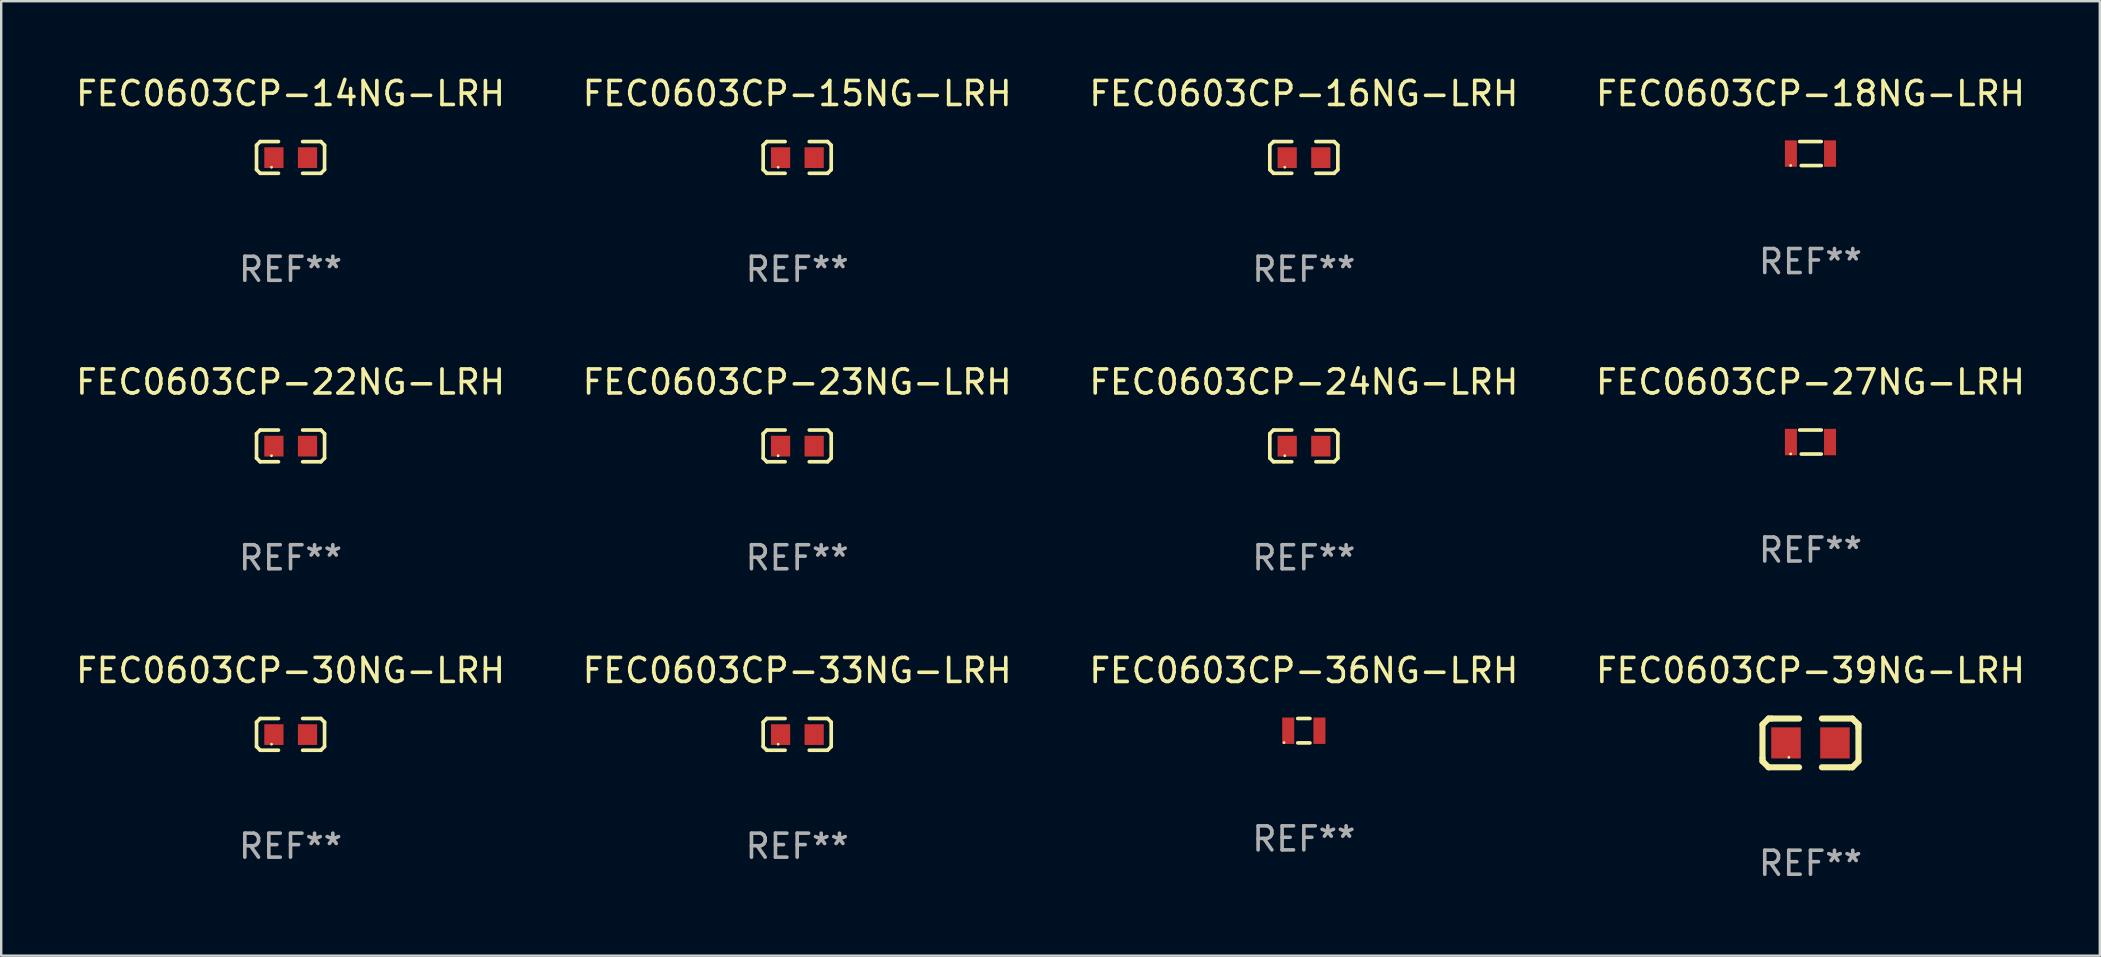
<source format=kicad_pcb>
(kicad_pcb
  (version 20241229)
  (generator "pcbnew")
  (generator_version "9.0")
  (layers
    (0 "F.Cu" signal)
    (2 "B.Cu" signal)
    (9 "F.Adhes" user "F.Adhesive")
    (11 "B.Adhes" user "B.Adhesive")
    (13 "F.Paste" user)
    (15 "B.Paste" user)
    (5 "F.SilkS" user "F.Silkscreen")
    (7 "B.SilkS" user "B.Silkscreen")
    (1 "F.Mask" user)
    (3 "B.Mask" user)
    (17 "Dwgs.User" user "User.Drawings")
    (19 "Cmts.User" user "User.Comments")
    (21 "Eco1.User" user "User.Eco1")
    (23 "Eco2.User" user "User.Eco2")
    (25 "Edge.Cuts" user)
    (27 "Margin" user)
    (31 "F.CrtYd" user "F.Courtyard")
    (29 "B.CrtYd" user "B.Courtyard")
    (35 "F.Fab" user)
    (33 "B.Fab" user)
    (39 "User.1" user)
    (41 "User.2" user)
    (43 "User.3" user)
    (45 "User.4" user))
  (footprint "FEC0603CP-36NG-LRH"
    (layer "F.Cu")
    (at 51.268 27.392)
    (property "Reference" "FEC0603CP-36NG-LRH" (at 0 -2.508 0) (layer "F.SilkS") (effects (font (size 1 1) (thickness 0.15))))
    (attr through_hole)
    (fp_line (start -0.254 -0.508) (end 0.254 -0.508) (stroke (width 0.152) (type solid)) (layer "F.SilkS"))
    (fp_line (start -0.254 0.508) (end 0.254 0.508) (stroke (width 0.152) (type solid)) (layer "F.SilkS"))
    (fp_circle (center -0.825 0.495) (end -0.795 0.495) (stroke (width 0.06) (type solid)) (fill no) (layer "F.SilkS"))
    (fp_text user "REF**" (at 0 4.508 0) (layer "F.Fab") (effects (font (size 1 1) (thickness 0.15))))
    (pad "1" smd rect (at -0.65 0) (size 0.5 1.1) (layers "F.Cu" "F.Mask" "F.Paste"))
    (pad "2" smd rect (at 0.65 0) (size 0.5 1.1) (layers "F.Cu" "F.Mask" "F.Paste")))
  (footprint "FEC0603CP-14NG-LRH"
    (layer "F.Cu")
    (at 9.054 3.509)
    (property "Reference" "FEC0603CP-14NG-LRH" (at 0 -2.661 0) (layer "F.SilkS") (effects (font (size 1 1) (thickness 0.15))))
    (attr through_hole)
    (fp_line (start -1.417 -0.508) (end -1.265 -0.661) (stroke (width 0.152) (type solid)) (layer "F.SilkS"))
    (fp_line (start -1.417 0.508) (end -1.417 -0.508) (stroke (width 0.152) (type solid)) (layer "F.SilkS"))
    (fp_line (start -1.265 -0.661) (end -0.503 -0.661) (stroke (width 0.152) (type solid)) (layer "F.SilkS"))
    (fp_line (start -1.265 0.661) (end -1.417 0.508) (stroke (width 0.152) (type solid)) (layer "F.SilkS"))
    (fp_line (start -1.265 0.661) (end -0.503 0.661) (stroke (width 0.152) (type solid)) (layer "F.SilkS"))
    (fp_line (start 1.265 -0.661) (end 0.503 -0.661) (stroke (width 0.152) (type solid)) (layer "F.SilkS"))
    (fp_line (start 1.265 -0.661) (end 1.417 -0.508) (stroke (width 0.152) (type solid)) (layer "F.SilkS"))
    (fp_line (start 1.265 0.661) (end 0.503 0.661) (stroke (width 0.152) (type solid)) (layer "F.SilkS"))
    (fp_line (start 1.417 -0.508) (end 1.417 0.508) (stroke (width 0.152) (type solid)) (layer "F.SilkS"))
    (fp_line (start 1.417 0.508) (end 1.265 0.661) (stroke (width 0.152) (type solid)) (layer "F.SilkS"))
    (fp_circle (center -0.793 0.409) (end -0.763 0.409) (stroke (width 0.06) (type solid)) (fill no) (layer "F.SilkS"))
    (fp_text user "REF**" (at 0 4.661 0) (layer "F.Fab") (effects (font (size 1 1) (thickness 0.15))))
    (pad "1" smd rect (at -0.693 0.009 180) (size 0.8 0.864) (layers "F.Cu" "F.Mask" "F.Paste"))
    (pad "2" smd rect (at 0.707 0.009 180) (size 0.8 0.864) (layers "F.Cu" "F.Mask" "F.Paste")))
  (footprint "FEC0603CP-18NG-LRH"
    (layer "F.Cu")
    (at 72.375 3.348)
    (property "Reference" "FEC0603CP-18NG-LRH" (at 0 -2.5 0) (layer "F.SilkS") (effects (font (size 1 1) (thickness 0.15))))
    (attr through_hole)
    (fp_line (start -0.45 -0.5) (end 0.45 -0.5) (stroke (width 0.152) (type solid)) (layer "F.SilkS"))
    (fp_line (start -0.385 0.5) (end 0.45 0.5) (stroke (width 0.152) (type solid)) (layer "F.SilkS"))
    (fp_circle (center -0.825 0.495) (end -0.795 0.495) (stroke (width 0.06) (type solid)) (fill no) (layer "F.SilkS"))
    (fp_text user "REF**" (at 0 4.5 0) (layer "F.Fab") (effects (font (size 1 1) (thickness 0.15))))
    (pad "1" smd rect (at -0.815 0) (size 0.5 1.1) (layers "F.Cu" "F.Mask" "F.Paste"))
    (pad "2" smd rect (at 0.815 0) (size 0.5 1.1) (layers "F.Cu" "F.Mask" "F.Paste")))
  (footprint "FEC0603CP-16NG-LRH"
    (layer "F.Cu")
    (at 51.268 3.509)
    (property "Reference" "FEC0603CP-16NG-LRH" (at 0 -2.661 0) (layer "F.SilkS") (effects (font (size 1 1) (thickness 0.15))))
    (attr through_hole)
    (fp_line (start -1.417 -0.508) (end -1.265 -0.661) (stroke (width 0.152) (type solid)) (layer "F.SilkS"))
    (fp_line (start -1.417 0.508) (end -1.417 -0.508) (stroke (width 0.152) (type solid)) (layer "F.SilkS"))
    (fp_line (start -1.265 -0.661) (end -0.503 -0.661) (stroke (width 0.152) (type solid)) (layer "F.SilkS"))
    (fp_line (start -1.265 0.661) (end -1.417 0.508) (stroke (width 0.152) (type solid)) (layer "F.SilkS"))
    (fp_line (start -1.265 0.661) (end -0.503 0.661) (stroke (width 0.152) (type solid)) (layer "F.SilkS"))
    (fp_line (start 1.265 -0.661) (end 0.503 -0.661) (stroke (width 0.152) (type solid)) (layer "F.SilkS"))
    (fp_line (start 1.265 -0.661) (end 1.417 -0.508) (stroke (width 0.152) (type solid)) (layer "F.SilkS"))
    (fp_line (start 1.265 0.661) (end 0.503 0.661) (stroke (width 0.152) (type solid)) (layer "F.SilkS"))
    (fp_line (start 1.417 -0.508) (end 1.417 0.508) (stroke (width 0.152) (type solid)) (layer "F.SilkS"))
    (fp_line (start 1.417 0.508) (end 1.265 0.661) (stroke (width 0.152) (type solid)) (layer "F.SilkS"))
    (fp_circle (center -0.793 0.409) (end -0.763 0.409) (stroke (width 0.06) (type solid)) (fill no) (layer "F.SilkS"))
    (fp_text user "REF**" (at 0 4.661 0) (layer "F.Fab") (effects (font (size 1 1) (thickness 0.15))))
    (pad "1" smd rect (at -0.693 0.009 180) (size 0.8 0.864) (layers "F.Cu" "F.Mask" "F.Paste"))
    (pad "2" smd rect (at 0.707 0.009 180) (size 0.8 0.864) (layers "F.Cu" "F.Mask" "F.Paste")))
  (footprint "FEC0603CP-27NG-LRH"
    (layer "F.Cu")
    (at 72.375 15.366)
    (property "Reference" "FEC0603CP-27NG-LRH" (at 0 -2.5 0) (layer "F.SilkS") (effects (font (size 1 1) (thickness 0.15))))
    (attr through_hole)
    (fp_line (start -0.45 -0.5) (end 0.45 -0.5) (stroke (width 0.152) (type solid)) (layer "F.SilkS"))
    (fp_line (start -0.385 0.5) (end 0.45 0.5) (stroke (width 0.152) (type solid)) (layer "F.SilkS"))
    (fp_circle (center -0.825 0.495) (end -0.795 0.495) (stroke (width 0.06) (type solid)) (fill no) (layer "F.SilkS"))
    (fp_text user "REF**" (at 0 4.5 0) (layer "F.Fab") (effects (font (size 1 1) (thickness 0.15))))
    (pad "1" smd rect (at -0.815 0) (size 0.5 1.1) (layers "F.Cu" "F.Mask" "F.Paste"))
    (pad "2" smd rect (at 0.815 0) (size 0.5 1.1) (layers "F.Cu" "F.Mask" "F.Paste")))
  (footprint "FEC0603CP-39NG-LRH"
    (layer "F.Cu")
    (at 72.375 27.9)
    (property "Reference" "FEC0603CP-39NG-LRH" (at 0 -3.016 0) (layer "F.SilkS") (effects (font (size 1 1) (thickness 0.15))))
    (attr through_hole)
    (fp_line (start -1.999 -0.762) (end -1.999 0.635) (stroke (width 0.254) (type solid)) (layer "F.SilkS"))
    (fp_line (start -1.999 0.635) (end -1.999 0.762) (stroke (width 0.254) (type solid)) (layer "F.SilkS"))
    (fp_line (start -1.999 0.762) (end -1.745 1.016) (stroke (width 0.254) (type solid)) (layer "F.SilkS"))
    (fp_line (start -1.745 -1.016) (end -1.999 -0.762) (stroke (width 0.254) (type solid)) (layer "F.SilkS"))
    (fp_line (start -1.745 1.016) (end -0.475 1.016) (stroke (width 0.254) (type solid)) (layer "F.SilkS"))
    (fp_line (start -1.618 -1.016) (end -1.745 -1.016) (stroke (width 0.254) (type solid)) (layer "F.SilkS"))
    (fp_line (start -0.475 -1.016) (end -1.618 -1.016) (stroke (width 0.254) (type solid)) (layer "F.SilkS"))
    (fp_line (start 0.475 1.016) (end 1.618 1.016) (stroke (width 0.254) (type solid)) (layer "F.SilkS"))
    (fp_line (start 1.618 1.016) (end 1.745 1.016) (stroke (width 0.254) (type solid)) (layer "F.SilkS"))
    (fp_line (start 1.745 -1.016) (end 0.475 -1.016) (stroke (width 0.254) (type solid)) (layer "F.SilkS"))
    (fp_line (start 1.745 1.016) (end 1.999 0.762) (stroke (width 0.254) (type solid)) (layer "F.SilkS"))
    (fp_line (start 1.999 -0.762) (end 1.745 -1.016) (stroke (width 0.254) (type solid)) (layer "F.SilkS"))
    (fp_line (start 1.999 -0.635) (end 1.999 -0.762) (stroke (width 0.254) (type solid)) (layer "F.SilkS"))
    (fp_line (start 1.999 0.762) (end 1.999 -0.635) (stroke (width 0.254) (type solid)) (layer "F.SilkS"))
    (fp_circle (center -0.9 0.6) (end -0.87 0.6) (stroke (width 0.06) (type solid)) (fill no) (layer "F.SilkS"))
    (fp_text user "REF**" (at 0 5.016 0) (layer "F.Fab") (effects (font (size 1 1) (thickness 0.15))))
    (pad "1" smd rect (at -1.02 0) (size 1.23 1.296) (layers "F.Cu" "F.Mask" "F.Paste"))
    (pad "2" smd rect (at 1.02 0) (size 1.23 1.296) (layers "F.Cu" "F.Mask" "F.Paste")))
  (footprint "FEC0603CP-30NG-LRH"
    (layer "F.Cu")
    (at 9.054 27.544)
    (property "Reference" "FEC0603CP-30NG-LRH" (at 0 -2.661 0) (layer "F.SilkS") (effects (font (size 1 1) (thickness 0.15))))
    (attr through_hole)
    (fp_line (start -1.417 -0.508) (end -1.265 -0.661) (stroke (width 0.152) (type solid)) (layer "F.SilkS"))
    (fp_line (start -1.417 0.508) (end -1.417 -0.508) (stroke (width 0.152) (type solid)) (layer "F.SilkS"))
    (fp_line (start -1.265 -0.661) (end -0.503 -0.661) (stroke (width 0.152) (type solid)) (layer "F.SilkS"))
    (fp_line (start -1.265 0.661) (end -1.417 0.508) (stroke (width 0.152) (type solid)) (layer "F.SilkS"))
    (fp_line (start -1.265 0.661) (end -0.503 0.661) (stroke (width 0.152) (type solid)) (layer "F.SilkS"))
    (fp_line (start 1.265 -0.661) (end 0.503 -0.661) (stroke (width 0.152) (type solid)) (layer "F.SilkS"))
    (fp_line (start 1.265 -0.661) (end 1.417 -0.508) (stroke (width 0.152) (type solid)) (layer "F.SilkS"))
    (fp_line (start 1.265 0.661) (end 0.503 0.661) (stroke (width 0.152) (type solid)) (layer "F.SilkS"))
    (fp_line (start 1.417 -0.508) (end 1.417 0.508) (stroke (width 0.152) (type solid)) (layer "F.SilkS"))
    (fp_line (start 1.417 0.508) (end 1.265 0.661) (stroke (width 0.152) (type solid)) (layer "F.SilkS"))
    (fp_circle (center -0.793 0.409) (end -0.763 0.409) (stroke (width 0.06) (type solid)) (fill no) (layer "F.SilkS"))
    (fp_text user "REF**" (at 0 4.661 0) (layer "F.Fab") (effects (font (size 1 1) (thickness 0.15))))
    (pad "1" smd rect (at -0.693 0.009 180) (size 0.8 0.864) (layers "F.Cu" "F.Mask" "F.Paste"))
    (pad "2" smd rect (at 0.707 0.009 180) (size 0.8 0.864) (layers "F.Cu" "F.Mask" "F.Paste")))
  (footprint "FEC0603CP-15NG-LRH"
    (layer "F.Cu")
    (at 30.161 3.509)
    (property "Reference" "FEC0603CP-15NG-LRH" (at 0 -2.661 0) (layer "F.SilkS") (effects (font (size 1 1) (thickness 0.15))))
    (attr through_hole)
    (fp_line (start -1.417 -0.508) (end -1.265 -0.661) (stroke (width 0.152) (type solid)) (layer "F.SilkS"))
    (fp_line (start -1.417 0.508) (end -1.417 -0.508) (stroke (width 0.152) (type solid)) (layer "F.SilkS"))
    (fp_line (start -1.265 -0.661) (end -0.503 -0.661) (stroke (width 0.152) (type solid)) (layer "F.SilkS"))
    (fp_line (start -1.265 0.661) (end -1.417 0.508) (stroke (width 0.152) (type solid)) (layer "F.SilkS"))
    (fp_line (start -1.265 0.661) (end -0.503 0.661) (stroke (width 0.152) (type solid)) (layer "F.SilkS"))
    (fp_line (start 1.265 -0.661) (end 0.503 -0.661) (stroke (width 0.152) (type solid)) (layer "F.SilkS"))
    (fp_line (start 1.265 -0.661) (end 1.417 -0.508) (stroke (width 0.152) (type solid)) (layer "F.SilkS"))
    (fp_line (start 1.265 0.661) (end 0.503 0.661) (stroke (width 0.152) (type solid)) (layer "F.SilkS"))
    (fp_line (start 1.417 -0.508) (end 1.417 0.508) (stroke (width 0.152) (type solid)) (layer "F.SilkS"))
    (fp_line (start 1.417 0.508) (end 1.265 0.661) (stroke (width 0.152) (type solid)) (layer "F.SilkS"))
    (fp_circle (center -0.793 0.409) (end -0.763 0.409) (stroke (width 0.06) (type solid)) (fill no) (layer "F.SilkS"))
    (fp_text user "REF**" (at 0 4.661 0) (layer "F.Fab") (effects (font (size 1 1) (thickness 0.15))))
    (pad "1" smd rect (at -0.693 0.009 180) (size 0.8 0.864) (layers "F.Cu" "F.Mask" "F.Paste"))
    (pad "2" smd rect (at 0.707 0.009 180) (size 0.8 0.864) (layers "F.Cu" "F.Mask" "F.Paste")))
  (footprint "FEC0603CP-23NG-LRH"
    (layer "F.Cu")
    (at 30.161 15.527)
    (property "Reference" "FEC0603CP-23NG-LRH" (at 0 -2.661 0) (layer "F.SilkS") (effects (font (size 1 1) (thickness 0.15))))
    (attr through_hole)
    (fp_line (start -1.417 -0.508) (end -1.265 -0.661) (stroke (width 0.152) (type solid)) (layer "F.SilkS"))
    (fp_line (start -1.417 0.508) (end -1.417 -0.508) (stroke (width 0.152) (type solid)) (layer "F.SilkS"))
    (fp_line (start -1.265 -0.661) (end -0.503 -0.661) (stroke (width 0.152) (type solid)) (layer "F.SilkS"))
    (fp_line (start -1.265 0.661) (end -1.417 0.508) (stroke (width 0.152) (type solid)) (layer "F.SilkS"))
    (fp_line (start -1.265 0.661) (end -0.503 0.661) (stroke (width 0.152) (type solid)) (layer "F.SilkS"))
    (fp_line (start 1.265 -0.661) (end 0.503 -0.661) (stroke (width 0.152) (type solid)) (layer "F.SilkS"))
    (fp_line (start 1.265 -0.661) (end 1.417 -0.508) (stroke (width 0.152) (type solid)) (layer "F.SilkS"))
    (fp_line (start 1.265 0.661) (end 0.503 0.661) (stroke (width 0.152) (type solid)) (layer "F.SilkS"))
    (fp_line (start 1.417 -0.508) (end 1.417 0.508) (stroke (width 0.152) (type solid)) (layer "F.SilkS"))
    (fp_line (start 1.417 0.508) (end 1.265 0.661) (stroke (width 0.152) (type solid)) (layer "F.SilkS"))
    (fp_circle (center -0.793 0.409) (end -0.763 0.409) (stroke (width 0.06) (type solid)) (fill no) (layer "F.SilkS"))
    (fp_text user "REF**" (at 0 4.661 0) (layer "F.Fab") (effects (font (size 1 1) (thickness 0.15))))
    (pad "1" smd rect (at -0.693 0.009 180) (size 0.8 0.864) (layers "F.Cu" "F.Mask" "F.Paste"))
    (pad "2" smd rect (at 0.707 0.009 180) (size 0.8 0.864) (layers "F.Cu" "F.Mask" "F.Paste")))
  (footprint "FEC0603CP-22NG-LRH"
    (layer "F.Cu")
    (at 9.054 15.527)
    (property "Reference" "FEC0603CP-22NG-LRH" (at 0 -2.661 0) (layer "F.SilkS") (effects (font (size 1 1) (thickness 0.15))))
    (attr through_hole)
    (fp_line (start -1.417 -0.508) (end -1.265 -0.661) (stroke (width 0.152) (type solid)) (layer "F.SilkS"))
    (fp_line (start -1.417 0.508) (end -1.417 -0.508) (stroke (width 0.152) (type solid)) (layer "F.SilkS"))
    (fp_line (start -1.265 -0.661) (end -0.503 -0.661) (stroke (width 0.152) (type solid)) (layer "F.SilkS"))
    (fp_line (start -1.265 0.661) (end -1.417 0.508) (stroke (width 0.152) (type solid)) (layer "F.SilkS"))
    (fp_line (start -1.265 0.661) (end -0.503 0.661) (stroke (width 0.152) (type solid)) (layer "F.SilkS"))
    (fp_line (start 1.265 -0.661) (end 0.503 -0.661) (stroke (width 0.152) (type solid)) (layer "F.SilkS"))
    (fp_line (start 1.265 -0.661) (end 1.417 -0.508) (stroke (width 0.152) (type solid)) (layer "F.SilkS"))
    (fp_line (start 1.265 0.661) (end 0.503 0.661) (stroke (width 0.152) (type solid)) (layer "F.SilkS"))
    (fp_line (start 1.417 -0.508) (end 1.417 0.508) (stroke (width 0.152) (type solid)) (layer "F.SilkS"))
    (fp_line (start 1.417 0.508) (end 1.265 0.661) (stroke (width 0.152) (type solid)) (layer "F.SilkS"))
    (fp_circle (center -0.793 0.409) (end -0.763 0.409) (stroke (width 0.06) (type solid)) (fill no) (layer "F.SilkS"))
    (fp_text user "REF**" (at 0 4.661 0) (layer "F.Fab") (effects (font (size 1 1) (thickness 0.15))))
    (pad "1" smd rect (at -0.693 0.009 180) (size 0.8 0.864) (layers "F.Cu" "F.Mask" "F.Paste"))
    (pad "2" smd rect (at 0.707 0.009 180) (size 0.8 0.864) (layers "F.Cu" "F.Mask" "F.Paste")))
  (footprint "FEC0603CP-24NG-LRH"
    (layer "F.Cu")
    (at 51.268 15.527)
    (property "Reference" "FEC0603CP-24NG-LRH" (at 0 -2.661 0) (layer "F.SilkS") (effects (font (size 1 1) (thickness 0.15))))
    (attr through_hole)
    (fp_line (start -1.417 -0.508) (end -1.265 -0.661) (stroke (width 0.152) (type solid)) (layer "F.SilkS"))
    (fp_line (start -1.417 0.508) (end -1.417 -0.508) (stroke (width 0.152) (type solid)) (layer "F.SilkS"))
    (fp_line (start -1.265 -0.661) (end -0.503 -0.661) (stroke (width 0.152) (type solid)) (layer "F.SilkS"))
    (fp_line (start -1.265 0.661) (end -1.417 0.508) (stroke (width 0.152) (type solid)) (layer "F.SilkS"))
    (fp_line (start -1.265 0.661) (end -0.503 0.661) (stroke (width 0.152) (type solid)) (layer "F.SilkS"))
    (fp_line (start 1.265 -0.661) (end 0.503 -0.661) (stroke (width 0.152) (type solid)) (layer "F.SilkS"))
    (fp_line (start 1.265 -0.661) (end 1.417 -0.508) (stroke (width 0.152) (type solid)) (layer "F.SilkS"))
    (fp_line (start 1.265 0.661) (end 0.503 0.661) (stroke (width 0.152) (type solid)) (layer "F.SilkS"))
    (fp_line (start 1.417 -0.508) (end 1.417 0.508) (stroke (width 0.152) (type solid)) (layer "F.SilkS"))
    (fp_line (start 1.417 0.508) (end 1.265 0.661) (stroke (width 0.152) (type solid)) (layer "F.SilkS"))
    (fp_circle (center -0.793 0.409) (end -0.763 0.409) (stroke (width 0.06) (type solid)) (fill no) (layer "F.SilkS"))
    (fp_text user "REF**" (at 0 4.661 0) (layer "F.Fab") (effects (font (size 1 1) (thickness 0.15))))
    (pad "1" smd rect (at -0.693 0.009 180) (size 0.8 0.864) (layers "F.Cu" "F.Mask" "F.Paste"))
    (pad "2" smd rect (at 0.707 0.009 180) (size 0.8 0.864) (layers "F.Cu" "F.Mask" "F.Paste")))
  (footprint "FEC0603CP-33NG-LRH"
    (layer "F.Cu")
    (at 30.161 27.544)
    (property "Reference" "FEC0603CP-33NG-LRH" (at 0 -2.661 0) (layer "F.SilkS") (effects (font (size 1 1) (thickness 0.15))))
    (attr through_hole)
    (fp_line (start -1.417 -0.508) (end -1.265 -0.661) (stroke (width 0.152) (type solid)) (layer "F.SilkS"))
    (fp_line (start -1.417 0.508) (end -1.417 -0.508) (stroke (width 0.152) (type solid)) (layer "F.SilkS"))
    (fp_line (start -1.265 -0.661) (end -0.503 -0.661) (stroke (width 0.152) (type solid)) (layer "F.SilkS"))
    (fp_line (start -1.265 0.661) (end -1.417 0.508) (stroke (width 0.152) (type solid)) (layer "F.SilkS"))
    (fp_line (start -1.265 0.661) (end -0.503 0.661) (stroke (width 0.152) (type solid)) (layer "F.SilkS"))
    (fp_line (start 1.265 -0.661) (end 0.503 -0.661) (stroke (width 0.152) (type solid)) (layer "F.SilkS"))
    (fp_line (start 1.265 -0.661) (end 1.417 -0.508) (stroke (width 0.152) (type solid)) (layer "F.SilkS"))
    (fp_line (start 1.265 0.661) (end 0.503 0.661) (stroke (width 0.152) (type solid)) (layer "F.SilkS"))
    (fp_line (start 1.417 -0.508) (end 1.417 0.508) (stroke (width 0.152) (type solid)) (layer "F.SilkS"))
    (fp_line (start 1.417 0.508) (end 1.265 0.661) (stroke (width 0.152) (type solid)) (layer "F.SilkS"))
    (fp_circle (center -0.793 0.409) (end -0.763 0.409) (stroke (width 0.06) (type solid)) (fill no) (layer "F.SilkS"))
    (fp_text user "REF**" (at 0 4.661 0) (layer "F.Fab") (effects (font (size 1 1) (thickness 0.15))))
    (pad "1" smd rect (at -0.693 0.009 180) (size 0.8 0.864) (layers "F.Cu" "F.Mask" "F.Paste"))
    (pad "2" smd rect (at 0.707 0.009 180) (size 0.8 0.864) (layers "F.Cu" "F.Mask" "F.Paste")))
  (gr_rect
    (start -3 -3)
    (end 84.429 36.764)
    (stroke (width 0.1) (type default))
    (fill no)
    (layer "Edge.Cuts")))
</source>
